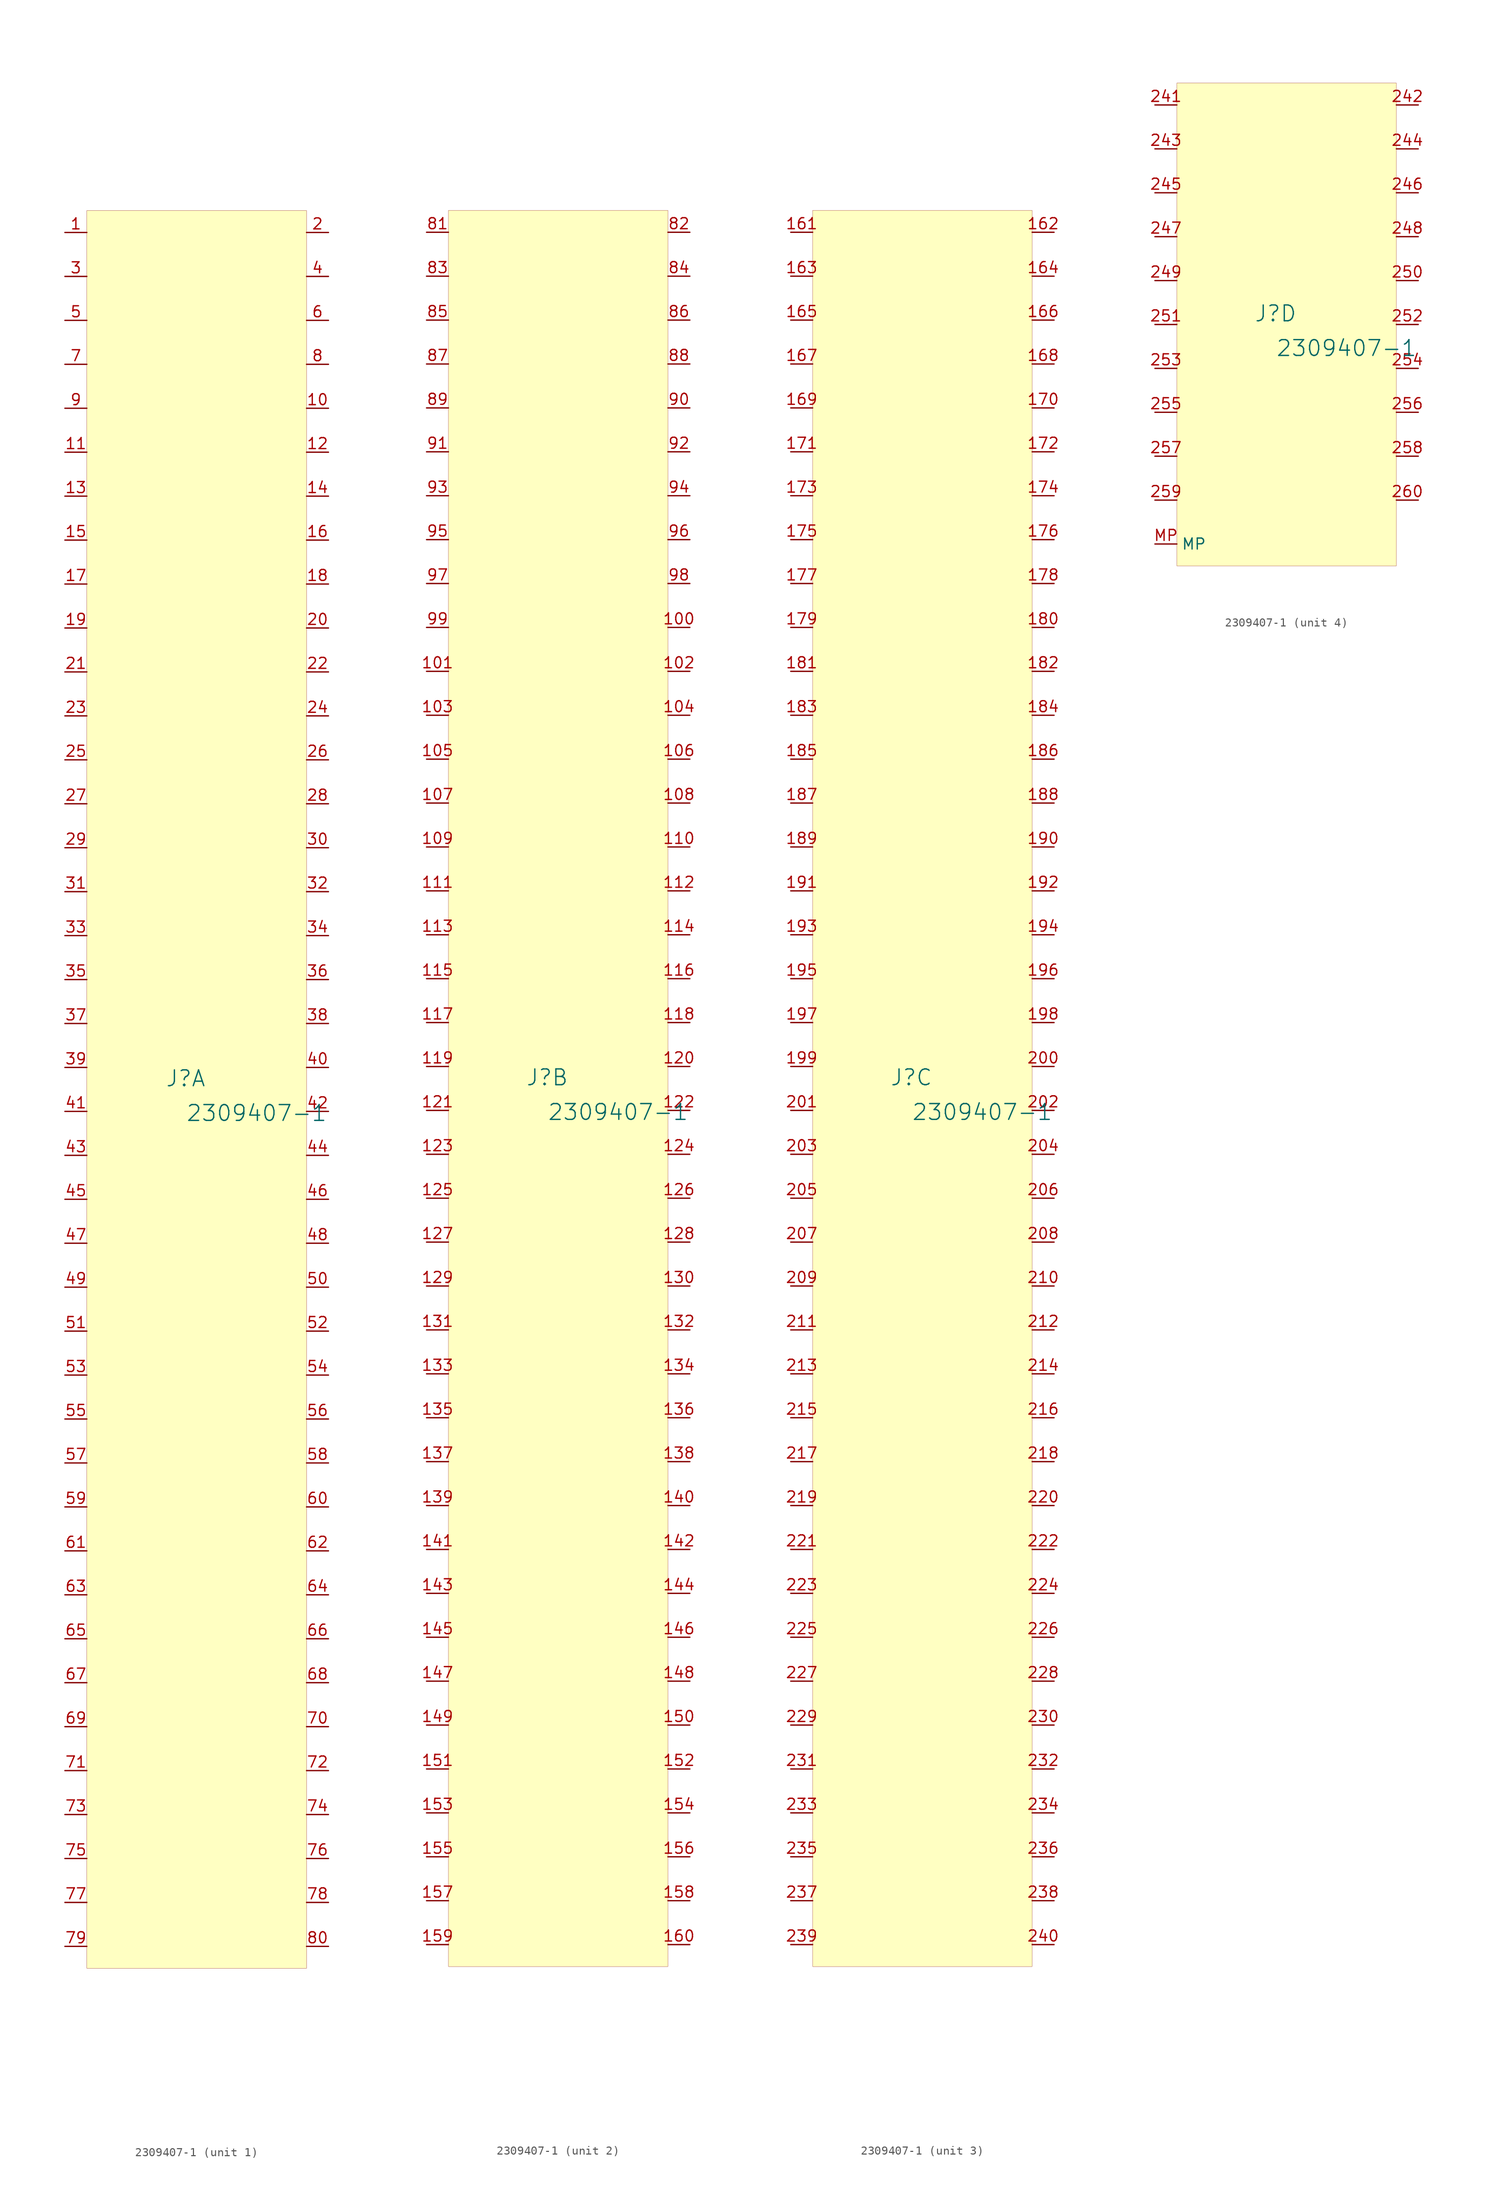
<source format=kicad_sym>
(kicad_symbol_lib
  (version 20231120)
  (generator "kicad_symbol_editor")
  (generator_version "8.0")
  (symbol "2309407-1"
    (property "Reference" "J"
      (at -1.27 1.27 0)
      (effects (font (size 1.829 1.829))))
    (property "Value" "2309407-1"
      (at -1.27 -3.81 0)
      (effects (font (size 1.829 1.829)) (justify left bottom)))
    (symbol "2309407-1_1_0"
      (rectangle (start 12.7 101.6) (end -12.7 -101.6) (stroke (width 0.025) (type solid) (color 128 0 0 1)) (fill (type background)))
      (pin passive line (at -15.24 99.06 0) (length 2.54) (name "" (effects (font (size 1.27 1.27)))) (number "1" (effects (font (size 1.27 1.27)))))
      (pin passive line (at 15.24 78.74 180) (length 2.54) (name "" (effects (font (size 1.27 1.27)))) (number "10" (effects (font (size 1.27 1.27)))))
      (pin passive line (at -15.24 73.66 0) (length 2.54) (name "" (effects (font (size 1.27 1.27)))) (number "11" (effects (font (size 1.27 1.27)))))
      (pin passive line (at 15.24 73.66 180) (length 2.54) (name "" (effects (font (size 1.27 1.27)))) (number "12" (effects (font (size 1.27 1.27)))))
      (pin passive line (at -15.24 68.58 0) (length 2.54) (name "" (effects (font (size 1.27 1.27)))) (number "13" (effects (font (size 1.27 1.27)))))
      (pin passive line (at 15.24 68.58 180) (length 2.54) (name "" (effects (font (size 1.27 1.27)))) (number "14" (effects (font (size 1.27 1.27)))))
      (pin passive line (at -15.24 63.5 0) (length 2.54) (name "" (effects (font (size 1.27 1.27)))) (number "15" (effects (font (size 1.27 1.27)))))
      (pin passive line (at 15.24 63.5 180) (length 2.54) (name "" (effects (font (size 1.27 1.27)))) (number "16" (effects (font (size 1.27 1.27)))))
      (pin passive line (at -15.24 58.42 0) (length 2.54) (name "" (effects (font (size 1.27 1.27)))) (number "17" (effects (font (size 1.27 1.27)))))
      (pin passive line (at 15.24 58.42 180) (length 2.54) (name "" (effects (font (size 1.27 1.27)))) (number "18" (effects (font (size 1.27 1.27)))))
      (pin passive line (at -15.24 53.34 0) (length 2.54) (name "" (effects (font (size 1.27 1.27)))) (number "19" (effects (font (size 1.27 1.27)))))
      (pin passive line (at 15.24 99.06 180) (length 2.54) (name "" (effects (font (size 1.27 1.27)))) (number "2" (effects (font (size 1.27 1.27)))))
      (pin passive line (at 15.24 53.34 180) (length 2.54) (name "" (effects (font (size 1.27 1.27)))) (number "20" (effects (font (size 1.27 1.27)))))
      (pin passive line (at -15.24 48.26 0) (length 2.54) (name "" (effects (font (size 1.27 1.27)))) (number "21" (effects (font (size 1.27 1.27)))))
      (pin passive line (at 15.24 48.26 180) (length 2.54) (name "" (effects (font (size 1.27 1.27)))) (number "22" (effects (font (size 1.27 1.27)))))
      (pin passive line (at -15.24 43.18 0) (length 2.54) (name "" (effects (font (size 1.27 1.27)))) (number "23" (effects (font (size 1.27 1.27)))))
      (pin passive line (at 15.24 43.18 180) (length 2.54) (name "" (effects (font (size 1.27 1.27)))) (number "24" (effects (font (size 1.27 1.27)))))
      (pin passive line (at -15.24 38.1 0) (length 2.54) (name "" (effects (font (size 1.27 1.27)))) (number "25" (effects (font (size 1.27 1.27)))))
      (pin passive line (at 15.24 38.1 180) (length 2.54) (name "" (effects (font (size 1.27 1.27)))) (number "26" (effects (font (size 1.27 1.27)))))
      (pin passive line (at -15.24 33.02 0) (length 2.54) (name "" (effects (font (size 1.27 1.27)))) (number "27" (effects (font (size 1.27 1.27)))))
      (pin passive line (at 15.24 33.02 180) (length 2.54) (name "" (effects (font (size 1.27 1.27)))) (number "28" (effects (font (size 1.27 1.27)))))
      (pin passive line (at -15.24 27.94 0) (length 2.54) (name "" (effects (font (size 1.27 1.27)))) (number "29" (effects (font (size 1.27 1.27)))))
      (pin passive line (at -15.24 93.98 0) (length 2.54) (name "" (effects (font (size 1.27 1.27)))) (number "3" (effects (font (size 1.27 1.27)))))
      (pin passive line (at 15.24 27.94 180) (length 2.54) (name "" (effects (font (size 1.27 1.27)))) (number "30" (effects (font (size 1.27 1.27)))))
      (pin passive line (at -15.24 22.86 0) (length 2.54) (name "" (effects (font (size 1.27 1.27)))) (number "31" (effects (font (size 1.27 1.27)))))
      (pin passive line (at 15.24 22.86 180) (length 2.54) (name "" (effects (font (size 1.27 1.27)))) (number "32" (effects (font (size 1.27 1.27)))))
      (pin passive line (at -15.24 17.78 0) (length 2.54) (name "" (effects (font (size 1.27 1.27)))) (number "33" (effects (font (size 1.27 1.27)))))
      (pin passive line (at 15.24 17.78 180) (length 2.54) (name "" (effects (font (size 1.27 1.27)))) (number "34" (effects (font (size 1.27 1.27)))))
      (pin passive line (at -15.24 12.7 0) (length 2.54) (name "" (effects (font (size 1.27 1.27)))) (number "35" (effects (font (size 1.27 1.27)))))
      (pin passive line (at 15.24 12.7 180) (length 2.54) (name "" (effects (font (size 1.27 1.27)))) (number "36" (effects (font (size 1.27 1.27)))))
      (pin passive line (at -15.24 7.62 0) (length 2.54) (name "" (effects (font (size 1.27 1.27)))) (number "37" (effects (font (size 1.27 1.27)))))
      (pin passive line (at 15.24 7.62 180) (length 2.54) (name "" (effects (font (size 1.27 1.27)))) (number "38" (effects (font (size 1.27 1.27)))))
      (pin passive line (at -15.24 2.54 0) (length 2.54) (name "" (effects (font (size 1.27 1.27)))) (number "39" (effects (font (size 1.27 1.27)))))
      (pin passive line (at 15.24 93.98 180) (length 2.54) (name "" (effects (font (size 1.27 1.27)))) (number "4" (effects (font (size 1.27 1.27)))))
      (pin passive line (at 15.24 2.54 180) (length 2.54) (name "" (effects (font (size 1.27 1.27)))) (number "40" (effects (font (size 1.27 1.27)))))
      (pin passive line (at -15.24 -2.54 0) (length 2.54) (name "" (effects (font (size 1.27 1.27)))) (number "41" (effects (font (size 1.27 1.27)))))
      (pin passive line (at 15.24 -2.54 180) (length 2.54) (name "" (effects (font (size 1.27 1.27)))) (number "42" (effects (font (size 1.27 1.27)))))
      (pin passive line (at -15.24 -7.62 0) (length 2.54) (name "" (effects (font (size 1.27 1.27)))) (number "43" (effects (font (size 1.27 1.27)))))
      (pin passive line (at 15.24 -7.62 180) (length 2.54) (name "" (effects (font (size 1.27 1.27)))) (number "44" (effects (font (size 1.27 1.27)))))
      (pin passive line (at -15.24 -12.7 0) (length 2.54) (name "" (effects (font (size 1.27 1.27)))) (number "45" (effects (font (size 1.27 1.27)))))
      (pin passive line (at 15.24 -12.7 180) (length 2.54) (name "" (effects (font (size 1.27 1.27)))) (number "46" (effects (font (size 1.27 1.27)))))
      (pin passive line (at -15.24 -17.78 0) (length 2.54) (name "" (effects (font (size 1.27 1.27)))) (number "47" (effects (font (size 1.27 1.27)))))
      (pin passive line (at 15.24 -17.78 180) (length 2.54) (name "" (effects (font (size 1.27 1.27)))) (number "48" (effects (font (size 1.27 1.27)))))
      (pin passive line (at -15.24 -22.86 0) (length 2.54) (name "" (effects (font (size 1.27 1.27)))) (number "49" (effects (font (size 1.27 1.27)))))
      (pin passive line (at -15.24 88.9 0) (length 2.54) (name "" (effects (font (size 1.27 1.27)))) (number "5" (effects (font (size 1.27 1.27)))))
      (pin passive line (at 15.24 -22.86 180) (length 2.54) (name "" (effects (font (size 1.27 1.27)))) (number "50" (effects (font (size 1.27 1.27)))))
      (pin passive line (at -15.24 -27.94 0) (length 2.54) (name "" (effects (font (size 1.27 1.27)))) (number "51" (effects (font (size 1.27 1.27)))))
      (pin passive line (at 15.24 -27.94 180) (length 2.54) (name "" (effects (font (size 1.27 1.27)))) (number "52" (effects (font (size 1.27 1.27)))))
      (pin passive line (at -15.24 -33.02 0) (length 2.54) (name "" (effects (font (size 1.27 1.27)))) (number "53" (effects (font (size 1.27 1.27)))))
      (pin passive line (at 15.24 -33.02 180) (length 2.54) (name "" (effects (font (size 1.27 1.27)))) (number "54" (effects (font (size 1.27 1.27)))))
      (pin passive line (at -15.24 -38.1 0) (length 2.54) (name "" (effects (font (size 1.27 1.27)))) (number "55" (effects (font (size 1.27 1.27)))))
      (pin passive line (at 15.24 -38.1 180) (length 2.54) (name "" (effects (font (size 1.27 1.27)))) (number "56" (effects (font (size 1.27 1.27)))))
      (pin passive line (at -15.24 -43.18 0) (length 2.54) (name "" (effects (font (size 1.27 1.27)))) (number "57" (effects (font (size 1.27 1.27)))))
      (pin passive line (at 15.24 -43.18 180) (length 2.54) (name "" (effects (font (size 1.27 1.27)))) (number "58" (effects (font (size 1.27 1.27)))))
      (pin passive line (at -15.24 -48.26 0) (length 2.54) (name "" (effects (font (size 1.27 1.27)))) (number "59" (effects (font (size 1.27 1.27)))))
      (pin passive line (at 15.24 88.9 180) (length 2.54) (name "" (effects (font (size 1.27 1.27)))) (number "6" (effects (font (size 1.27 1.27)))))
      (pin passive line (at 15.24 -48.26 180) (length 2.54) (name "" (effects (font (size 1.27 1.27)))) (number "60" (effects (font (size 1.27 1.27)))))
      (pin passive line (at -15.24 -53.34 0) (length 2.54) (name "" (effects (font (size 1.27 1.27)))) (number "61" (effects (font (size 1.27 1.27)))))
      (pin passive line (at 15.24 -53.34 180) (length 2.54) (name "" (effects (font (size 1.27 1.27)))) (number "62" (effects (font (size 1.27 1.27)))))
      (pin passive line (at -15.24 -58.42 0) (length 2.54) (name "" (effects (font (size 1.27 1.27)))) (number "63" (effects (font (size 1.27 1.27)))))
      (pin passive line (at 15.24 -58.42 180) (length 2.54) (name "" (effects (font (size 1.27 1.27)))) (number "64" (effects (font (size 1.27 1.27)))))
      (pin passive line (at -15.24 -63.5 0) (length 2.54) (name "" (effects (font (size 1.27 1.27)))) (number "65" (effects (font (size 1.27 1.27)))))
      (pin passive line (at 15.24 -63.5 180) (length 2.54) (name "" (effects (font (size 1.27 1.27)))) (number "66" (effects (font (size 1.27 1.27)))))
      (pin passive line (at -15.24 -68.58 0) (length 2.54) (name "" (effects (font (size 1.27 1.27)))) (number "67" (effects (font (size 1.27 1.27)))))
      (pin passive line (at 15.24 -68.58 180) (length 2.54) (name "" (effects (font (size 1.27 1.27)))) (number "68" (effects (font (size 1.27 1.27)))))
      (pin passive line (at -15.24 -73.66 0) (length 2.54) (name "" (effects (font (size 1.27 1.27)))) (number "69" (effects (font (size 1.27 1.27)))))
      (pin passive line (at -15.24 83.82 0) (length 2.54) (name "" (effects (font (size 1.27 1.27)))) (number "7" (effects (font (size 1.27 1.27)))))
      (pin passive line (at 15.24 -73.66 180) (length 2.54) (name "" (effects (font (size 1.27 1.27)))) (number "70" (effects (font (size 1.27 1.27)))))
      (pin passive line (at -15.24 -78.74 0) (length 2.54) (name "" (effects (font (size 1.27 1.27)))) (number "71" (effects (font (size 1.27 1.27)))))
      (pin passive line (at 15.24 -78.74 180) (length 2.54) (name "" (effects (font (size 1.27 1.27)))) (number "72" (effects (font (size 1.27 1.27)))))
      (pin passive line (at -15.24 -83.82 0) (length 2.54) (name "" (effects (font (size 1.27 1.27)))) (number "73" (effects (font (size 1.27 1.27)))))
      (pin passive line (at 15.24 -83.82 180) (length 2.54) (name "" (effects (font (size 1.27 1.27)))) (number "74" (effects (font (size 1.27 1.27)))))
      (pin passive line (at -15.24 -88.9 0) (length 2.54) (name "" (effects (font (size 1.27 1.27)))) (number "75" (effects (font (size 1.27 1.27)))))
      (pin passive line (at 15.24 -88.9 180) (length 2.54) (name "" (effects (font (size 1.27 1.27)))) (number "76" (effects (font (size 1.27 1.27)))))
      (pin passive line (at -15.24 -93.98 0) (length 2.54) (name "" (effects (font (size 1.27 1.27)))) (number "77" (effects (font (size 1.27 1.27)))))
      (pin passive line (at 15.24 -93.98 180) (length 2.54) (name "" (effects (font (size 1.27 1.27)))) (number "78" (effects (font (size 1.27 1.27)))))
      (pin passive line (at -15.24 -99.06 0) (length 2.54) (name "" (effects (font (size 1.27 1.27)))) (number "79" (effects (font (size 1.27 1.27)))))
      (pin passive line (at 15.24 83.82 180) (length 2.54) (name "" (effects (font (size 1.27 1.27)))) (number "8" (effects (font (size 1.27 1.27)))))
      (pin passive line (at 15.24 -99.06 180) (length 2.54) (name "" (effects (font (size 1.27 1.27)))) (number "80" (effects (font (size 1.27 1.27)))))
      (pin passive line (at -15.24 78.74 0) (length 2.54) (name "" (effects (font (size 1.27 1.27)))) (number "9" (effects (font (size 1.27 1.27))))))
    (symbol "2309407-1_2_0"
      (rectangle (start 12.7 101.6) (end -12.7 -101.6) (stroke (width 0.025) (type solid) (color 128 0 0 1)) (fill (type background)))
      (pin passive line (at 15.24 53.34 180) (length 2.54) (name "" (effects (font (size 1.27 1.27)))) (number "100" (effects (font (size 1.27 1.27)))))
      (pin passive line (at -15.24 48.26 0) (length 2.54) (name "" (effects (font (size 1.27 1.27)))) (number "101" (effects (font (size 1.27 1.27)))))
      (pin passive line (at 15.24 48.26 180) (length 2.54) (name "" (effects (font (size 1.27 1.27)))) (number "102" (effects (font (size 1.27 1.27)))))
      (pin passive line (at -15.24 43.18 0) (length 2.54) (name "" (effects (font (size 1.27 1.27)))) (number "103" (effects (font (size 1.27 1.27)))))
      (pin passive line (at 15.24 43.18 180) (length 2.54) (name "" (effects (font (size 1.27 1.27)))) (number "104" (effects (font (size 1.27 1.27)))))
      (pin passive line (at -15.24 38.1 0) (length 2.54) (name "" (effects (font (size 1.27 1.27)))) (number "105" (effects (font (size 1.27 1.27)))))
      (pin passive line (at 15.24 38.1 180) (length 2.54) (name "" (effects (font (size 1.27 1.27)))) (number "106" (effects (font (size 1.27 1.27)))))
      (pin passive line (at -15.24 33.02 0) (length 2.54) (name "" (effects (font (size 1.27 1.27)))) (number "107" (effects (font (size 1.27 1.27)))))
      (pin passive line (at 15.24 33.02 180) (length 2.54) (name "" (effects (font (size 1.27 1.27)))) (number "108" (effects (font (size 1.27 1.27)))))
      (pin passive line (at -15.24 27.94 0) (length 2.54) (name "" (effects (font (size 1.27 1.27)))) (number "109" (effects (font (size 1.27 1.27)))))
      (pin passive line (at 15.24 27.94 180) (length 2.54) (name "" (effects (font (size 1.27 1.27)))) (number "110" (effects (font (size 1.27 1.27)))))
      (pin passive line (at -15.24 22.86 0) (length 2.54) (name "" (effects (font (size 1.27 1.27)))) (number "111" (effects (font (size 1.27 1.27)))))
      (pin passive line (at 15.24 22.86 180) (length 2.54) (name "" (effects (font (size 1.27 1.27)))) (number "112" (effects (font (size 1.27 1.27)))))
      (pin passive line (at -15.24 17.78 0) (length 2.54) (name "" (effects (font (size 1.27 1.27)))) (number "113" (effects (font (size 1.27 1.27)))))
      (pin passive line (at 15.24 17.78 180) (length 2.54) (name "" (effects (font (size 1.27 1.27)))) (number "114" (effects (font (size 1.27 1.27)))))
      (pin passive line (at -15.24 12.7 0) (length 2.54) (name "" (effects (font (size 1.27 1.27)))) (number "115" (effects (font (size 1.27 1.27)))))
      (pin passive line (at 15.24 12.7 180) (length 2.54) (name "" (effects (font (size 1.27 1.27)))) (number "116" (effects (font (size 1.27 1.27)))))
      (pin passive line (at -15.24 7.62 0) (length 2.54) (name "" (effects (font (size 1.27 1.27)))) (number "117" (effects (font (size 1.27 1.27)))))
      (pin passive line (at 15.24 7.62 180) (length 2.54) (name "" (effects (font (size 1.27 1.27)))) (number "118" (effects (font (size 1.27 1.27)))))
      (pin passive line (at -15.24 2.54 0) (length 2.54) (name "" (effects (font (size 1.27 1.27)))) (number "119" (effects (font (size 1.27 1.27)))))
      (pin passive line (at 15.24 2.54 180) (length 2.54) (name "" (effects (font (size 1.27 1.27)))) (number "120" (effects (font (size 1.27 1.27)))))
      (pin passive line (at -15.24 -2.54 0) (length 2.54) (name "" (effects (font (size 1.27 1.27)))) (number "121" (effects (font (size 1.27 1.27)))))
      (pin passive line (at 15.24 -2.54 180) (length 2.54) (name "" (effects (font (size 1.27 1.27)))) (number "122" (effects (font (size 1.27 1.27)))))
      (pin passive line (at -15.24 -7.62 0) (length 2.54) (name "" (effects (font (size 1.27 1.27)))) (number "123" (effects (font (size 1.27 1.27)))))
      (pin passive line (at 15.24 -7.62 180) (length 2.54) (name "" (effects (font (size 1.27 1.27)))) (number "124" (effects (font (size 1.27 1.27)))))
      (pin passive line (at -15.24 -12.7 0) (length 2.54) (name "" (effects (font (size 1.27 1.27)))) (number "125" (effects (font (size 1.27 1.27)))))
      (pin passive line (at 15.24 -12.7 180) (length 2.54) (name "" (effects (font (size 1.27 1.27)))) (number "126" (effects (font (size 1.27 1.27)))))
      (pin passive line (at -15.24 -17.78 0) (length 2.54) (name "" (effects (font (size 1.27 1.27)))) (number "127" (effects (font (size 1.27 1.27)))))
      (pin passive line (at 15.24 -17.78 180) (length 2.54) (name "" (effects (font (size 1.27 1.27)))) (number "128" (effects (font (size 1.27 1.27)))))
      (pin passive line (at -15.24 -22.86 0) (length 2.54) (name "" (effects (font (size 1.27 1.27)))) (number "129" (effects (font (size 1.27 1.27)))))
      (pin passive line (at 15.24 -22.86 180) (length 2.54) (name "" (effects (font (size 1.27 1.27)))) (number "130" (effects (font (size 1.27 1.27)))))
      (pin passive line (at -15.24 -27.94 0) (length 2.54) (name "" (effects (font (size 1.27 1.27)))) (number "131" (effects (font (size 1.27 1.27)))))
      (pin passive line (at 15.24 -27.94 180) (length 2.54) (name "" (effects (font (size 1.27 1.27)))) (number "132" (effects (font (size 1.27 1.27)))))
      (pin passive line (at -15.24 -33.02 0) (length 2.54) (name "" (effects (font (size 1.27 1.27)))) (number "133" (effects (font (size 1.27 1.27)))))
      (pin passive line (at 15.24 -33.02 180) (length 2.54) (name "" (effects (font (size 1.27 1.27)))) (number "134" (effects (font (size 1.27 1.27)))))
      (pin passive line (at -15.24 -38.1 0) (length 2.54) (name "" (effects (font (size 1.27 1.27)))) (number "135" (effects (font (size 1.27 1.27)))))
      (pin passive line (at 15.24 -38.1 180) (length 2.54) (name "" (effects (font (size 1.27 1.27)))) (number "136" (effects (font (size 1.27 1.27)))))
      (pin passive line (at -15.24 -43.18 0) (length 2.54) (name "" (effects (font (size 1.27 1.27)))) (number "137" (effects (font (size 1.27 1.27)))))
      (pin passive line (at 15.24 -43.18 180) (length 2.54) (name "" (effects (font (size 1.27 1.27)))) (number "138" (effects (font (size 1.27 1.27)))))
      (pin passive line (at -15.24 -48.26 0) (length 2.54) (name "" (effects (font (size 1.27 1.27)))) (number "139" (effects (font (size 1.27 1.27)))))
      (pin passive line (at 15.24 -48.26 180) (length 2.54) (name "" (effects (font (size 1.27 1.27)))) (number "140" (effects (font (size 1.27 1.27)))))
      (pin passive line (at -15.24 -53.34 0) (length 2.54) (name "" (effects (font (size 1.27 1.27)))) (number "141" (effects (font (size 1.27 1.27)))))
      (pin passive line (at 15.24 -53.34 180) (length 2.54) (name "" (effects (font (size 1.27 1.27)))) (number "142" (effects (font (size 1.27 1.27)))))
      (pin passive line (at -15.24 -58.42 0) (length 2.54) (name "" (effects (font (size 1.27 1.27)))) (number "143" (effects (font (size 1.27 1.27)))))
      (pin passive line (at 15.24 -58.42 180) (length 2.54) (name "" (effects (font (size 1.27 1.27)))) (number "144" (effects (font (size 1.27 1.27)))))
      (pin passive line (at -15.24 -63.5 0) (length 2.54) (name "" (effects (font (size 1.27 1.27)))) (number "145" (effects (font (size 1.27 1.27)))))
      (pin passive line (at 15.24 -63.5 180) (length 2.54) (name "" (effects (font (size 1.27 1.27)))) (number "146" (effects (font (size 1.27 1.27)))))
      (pin passive line (at -15.24 -68.58 0) (length 2.54) (name "" (effects (font (size 1.27 1.27)))) (number "147" (effects (font (size 1.27 1.27)))))
      (pin passive line (at 15.24 -68.58 180) (length 2.54) (name "" (effects (font (size 1.27 1.27)))) (number "148" (effects (font (size 1.27 1.27)))))
      (pin passive line (at -15.24 -73.66 0) (length 2.54) (name "" (effects (font (size 1.27 1.27)))) (number "149" (effects (font (size 1.27 1.27)))))
      (pin passive line (at 15.24 -73.66 180) (length 2.54) (name "" (effects (font (size 1.27 1.27)))) (number "150" (effects (font (size 1.27 1.27)))))
      (pin passive line (at -15.24 -78.74 0) (length 2.54) (name "" (effects (font (size 1.27 1.27)))) (number "151" (effects (font (size 1.27 1.27)))))
      (pin passive line (at 15.24 -78.74 180) (length 2.54) (name "" (effects (font (size 1.27 1.27)))) (number "152" (effects (font (size 1.27 1.27)))))
      (pin passive line (at -15.24 -83.82 0) (length 2.54) (name "" (effects (font (size 1.27 1.27)))) (number "153" (effects (font (size 1.27 1.27)))))
      (pin passive line (at 15.24 -83.82 180) (length 2.54) (name "" (effects (font (size 1.27 1.27)))) (number "154" (effects (font (size 1.27 1.27)))))
      (pin passive line (at -15.24 -88.9 0) (length 2.54) (name "" (effects (font (size 1.27 1.27)))) (number "155" (effects (font (size 1.27 1.27)))))
      (pin passive line (at 15.24 -88.9 180) (length 2.54) (name "" (effects (font (size 1.27 1.27)))) (number "156" (effects (font (size 1.27 1.27)))))
      (pin passive line (at -15.24 -93.98 0) (length 2.54) (name "" (effects (font (size 1.27 1.27)))) (number "157" (effects (font (size 1.27 1.27)))))
      (pin passive line (at 15.24 -93.98 180) (length 2.54) (name "" (effects (font (size 1.27 1.27)))) (number "158" (effects (font (size 1.27 1.27)))))
      (pin passive line (at -15.24 -99.06 0) (length 2.54) (name "" (effects (font (size 1.27 1.27)))) (number "159" (effects (font (size 1.27 1.27)))))
      (pin passive line (at 15.24 -99.06 180) (length 2.54) (name "" (effects (font (size 1.27 1.27)))) (number "160" (effects (font (size 1.27 1.27)))))
      (pin passive line (at -15.24 99.06 0) (length 2.54) (name "" (effects (font (size 1.27 1.27)))) (number "81" (effects (font (size 1.27 1.27)))))
      (pin passive line (at 15.24 99.06 180) (length 2.54) (name "" (effects (font (size 1.27 1.27)))) (number "82" (effects (font (size 1.27 1.27)))))
      (pin passive line (at -15.24 93.98 0) (length 2.54) (name "" (effects (font (size 1.27 1.27)))) (number "83" (effects (font (size 1.27 1.27)))))
      (pin passive line (at 15.24 93.98 180) (length 2.54) (name "" (effects (font (size 1.27 1.27)))) (number "84" (effects (font (size 1.27 1.27)))))
      (pin passive line (at -15.24 88.9 0) (length 2.54) (name "" (effects (font (size 1.27 1.27)))) (number "85" (effects (font (size 1.27 1.27)))))
      (pin passive line (at 15.24 88.9 180) (length 2.54) (name "" (effects (font (size 1.27 1.27)))) (number "86" (effects (font (size 1.27 1.27)))))
      (pin passive line (at -15.24 83.82 0) (length 2.54) (name "" (effects (font (size 1.27 1.27)))) (number "87" (effects (font (size 1.27 1.27)))))
      (pin passive line (at 15.24 83.82 180) (length 2.54) (name "" (effects (font (size 1.27 1.27)))) (number "88" (effects (font (size 1.27 1.27)))))
      (pin passive line (at -15.24 78.74 0) (length 2.54) (name "" (effects (font (size 1.27 1.27)))) (number "89" (effects (font (size 1.27 1.27)))))
      (pin passive line (at 15.24 78.74 180) (length 2.54) (name "" (effects (font (size 1.27 1.27)))) (number "90" (effects (font (size 1.27 1.27)))))
      (pin passive line (at -15.24 73.66 0) (length 2.54) (name "" (effects (font (size 1.27 1.27)))) (number "91" (effects (font (size 1.27 1.27)))))
      (pin passive line (at 15.24 73.66 180) (length 2.54) (name "" (effects (font (size 1.27 1.27)))) (number "92" (effects (font (size 1.27 1.27)))))
      (pin passive line (at -15.24 68.58 0) (length 2.54) (name "" (effects (font (size 1.27 1.27)))) (number "93" (effects (font (size 1.27 1.27)))))
      (pin passive line (at 15.24 68.58 180) (length 2.54) (name "" (effects (font (size 1.27 1.27)))) (number "94" (effects (font (size 1.27 1.27)))))
      (pin passive line (at -15.24 63.5 0) (length 2.54) (name "" (effects (font (size 1.27 1.27)))) (number "95" (effects (font (size 1.27 1.27)))))
      (pin passive line (at 15.24 63.5 180) (length 2.54) (name "" (effects (font (size 1.27 1.27)))) (number "96" (effects (font (size 1.27 1.27)))))
      (pin passive line (at -15.24 58.42 0) (length 2.54) (name "" (effects (font (size 1.27 1.27)))) (number "97" (effects (font (size 1.27 1.27)))))
      (pin passive line (at 15.24 58.42 180) (length 2.54) (name "" (effects (font (size 1.27 1.27)))) (number "98" (effects (font (size 1.27 1.27)))))
      (pin passive line (at -15.24 53.34 0) (length 2.54) (name "" (effects (font (size 1.27 1.27)))) (number "99" (effects (font (size 1.27 1.27))))))
    (symbol "2309407-1_3_0"
      (rectangle (start 12.7 101.6) (end -12.7 -101.6) (stroke (width 0.025) (type solid) (color 128 0 0 1)) (fill (type background)))
      (pin passive line (at -15.24 99.06 0) (length 2.54) (name "" (effects (font (size 1.27 1.27)))) (number "161" (effects (font (size 1.27 1.27)))))
      (pin passive line (at 15.24 99.06 180) (length 2.54) (name "" (effects (font (size 1.27 1.27)))) (number "162" (effects (font (size 1.27 1.27)))))
      (pin passive line (at -15.24 93.98 0) (length 2.54) (name "" (effects (font (size 1.27 1.27)))) (number "163" (effects (font (size 1.27 1.27)))))
      (pin passive line (at 15.24 93.98 180) (length 2.54) (name "" (effects (font (size 1.27 1.27)))) (number "164" (effects (font (size 1.27 1.27)))))
      (pin passive line (at -15.24 88.9 0) (length 2.54) (name "" (effects (font (size 1.27 1.27)))) (number "165" (effects (font (size 1.27 1.27)))))
      (pin passive line (at 15.24 88.9 180) (length 2.54) (name "" (effects (font (size 1.27 1.27)))) (number "166" (effects (font (size 1.27 1.27)))))
      (pin passive line (at -15.24 83.82 0) (length 2.54) (name "" (effects (font (size 1.27 1.27)))) (number "167" (effects (font (size 1.27 1.27)))))
      (pin passive line (at 15.24 83.82 180) (length 2.54) (name "" (effects (font (size 1.27 1.27)))) (number "168" (effects (font (size 1.27 1.27)))))
      (pin passive line (at -15.24 78.74 0) (length 2.54) (name "" (effects (font (size 1.27 1.27)))) (number "169" (effects (font (size 1.27 1.27)))))
      (pin passive line (at 15.24 78.74 180) (length 2.54) (name "" (effects (font (size 1.27 1.27)))) (number "170" (effects (font (size 1.27 1.27)))))
      (pin passive line (at -15.24 73.66 0) (length 2.54) (name "" (effects (font (size 1.27 1.27)))) (number "171" (effects (font (size 1.27 1.27)))))
      (pin passive line (at 15.24 73.66 180) (length 2.54) (name "" (effects (font (size 1.27 1.27)))) (number "172" (effects (font (size 1.27 1.27)))))
      (pin passive line (at -15.24 68.58 0) (length 2.54) (name "" (effects (font (size 1.27 1.27)))) (number "173" (effects (font (size 1.27 1.27)))))
      (pin passive line (at 15.24 68.58 180) (length 2.54) (name "" (effects (font (size 1.27 1.27)))) (number "174" (effects (font (size 1.27 1.27)))))
      (pin passive line (at -15.24 63.5 0) (length 2.54) (name "" (effects (font (size 1.27 1.27)))) (number "175" (effects (font (size 1.27 1.27)))))
      (pin passive line (at 15.24 63.5 180) (length 2.54) (name "" (effects (font (size 1.27 1.27)))) (number "176" (effects (font (size 1.27 1.27)))))
      (pin passive line (at -15.24 58.42 0) (length 2.54) (name "" (effects (font (size 1.27 1.27)))) (number "177" (effects (font (size 1.27 1.27)))))
      (pin passive line (at 15.24 58.42 180) (length 2.54) (name "" (effects (font (size 1.27 1.27)))) (number "178" (effects (font (size 1.27 1.27)))))
      (pin passive line (at -15.24 53.34 0) (length 2.54) (name "" (effects (font (size 1.27 1.27)))) (number "179" (effects (font (size 1.27 1.27)))))
      (pin passive line (at 15.24 53.34 180) (length 2.54) (name "" (effects (font (size 1.27 1.27)))) (number "180" (effects (font (size 1.27 1.27)))))
      (pin passive line (at -15.24 48.26 0) (length 2.54) (name "" (effects (font (size 1.27 1.27)))) (number "181" (effects (font (size 1.27 1.27)))))
      (pin passive line (at 15.24 48.26 180) (length 2.54) (name "" (effects (font (size 1.27 1.27)))) (number "182" (effects (font (size 1.27 1.27)))))
      (pin passive line (at -15.24 43.18 0) (length 2.54) (name "" (effects (font (size 1.27 1.27)))) (number "183" (effects (font (size 1.27 1.27)))))
      (pin passive line (at 15.24 43.18 180) (length 2.54) (name "" (effects (font (size 1.27 1.27)))) (number "184" (effects (font (size 1.27 1.27)))))
      (pin passive line (at -15.24 38.1 0) (length 2.54) (name "" (effects (font (size 1.27 1.27)))) (number "185" (effects (font (size 1.27 1.27)))))
      (pin passive line (at 15.24 38.1 180) (length 2.54) (name "" (effects (font (size 1.27 1.27)))) (number "186" (effects (font (size 1.27 1.27)))))
      (pin passive line (at -15.24 33.02 0) (length 2.54) (name "" (effects (font (size 1.27 1.27)))) (number "187" (effects (font (size 1.27 1.27)))))
      (pin passive line (at 15.24 33.02 180) (length 2.54) (name "" (effects (font (size 1.27 1.27)))) (number "188" (effects (font (size 1.27 1.27)))))
      (pin passive line (at -15.24 27.94 0) (length 2.54) (name "" (effects (font (size 1.27 1.27)))) (number "189" (effects (font (size 1.27 1.27)))))
      (pin passive line (at 15.24 27.94 180) (length 2.54) (name "" (effects (font (size 1.27 1.27)))) (number "190" (effects (font (size 1.27 1.27)))))
      (pin passive line (at -15.24 22.86 0) (length 2.54) (name "" (effects (font (size 1.27 1.27)))) (number "191" (effects (font (size 1.27 1.27)))))
      (pin passive line (at 15.24 22.86 180) (length 2.54) (name "" (effects (font (size 1.27 1.27)))) (number "192" (effects (font (size 1.27 1.27)))))
      (pin passive line (at -15.24 17.78 0) (length 2.54) (name "" (effects (font (size 1.27 1.27)))) (number "193" (effects (font (size 1.27 1.27)))))
      (pin passive line (at 15.24 17.78 180) (length 2.54) (name "" (effects (font (size 1.27 1.27)))) (number "194" (effects (font (size 1.27 1.27)))))
      (pin passive line (at -15.24 12.7 0) (length 2.54) (name "" (effects (font (size 1.27 1.27)))) (number "195" (effects (font (size 1.27 1.27)))))
      (pin passive line (at 15.24 12.7 180) (length 2.54) (name "" (effects (font (size 1.27 1.27)))) (number "196" (effects (font (size 1.27 1.27)))))
      (pin passive line (at -15.24 7.62 0) (length 2.54) (name "" (effects (font (size 1.27 1.27)))) (number "197" (effects (font (size 1.27 1.27)))))
      (pin passive line (at 15.24 7.62 180) (length 2.54) (name "" (effects (font (size 1.27 1.27)))) (number "198" (effects (font (size 1.27 1.27)))))
      (pin passive line (at -15.24 2.54 0) (length 2.54) (name "" (effects (font (size 1.27 1.27)))) (number "199" (effects (font (size 1.27 1.27)))))
      (pin passive line (at 15.24 2.54 180) (length 2.54) (name "" (effects (font (size 1.27 1.27)))) (number "200" (effects (font (size 1.27 1.27)))))
      (pin passive line (at -15.24 -2.54 0) (length 2.54) (name "" (effects (font (size 1.27 1.27)))) (number "201" (effects (font (size 1.27 1.27)))))
      (pin passive line (at 15.24 -2.54 180) (length 2.54) (name "" (effects (font (size 1.27 1.27)))) (number "202" (effects (font (size 1.27 1.27)))))
      (pin passive line (at -15.24 -7.62 0) (length 2.54) (name "" (effects (font (size 1.27 1.27)))) (number "203" (effects (font (size 1.27 1.27)))))
      (pin passive line (at 15.24 -7.62 180) (length 2.54) (name "" (effects (font (size 1.27 1.27)))) (number "204" (effects (font (size 1.27 1.27)))))
      (pin passive line (at -15.24 -12.7 0) (length 2.54) (name "" (effects (font (size 1.27 1.27)))) (number "205" (effects (font (size 1.27 1.27)))))
      (pin passive line (at 15.24 -12.7 180) (length 2.54) (name "" (effects (font (size 1.27 1.27)))) (number "206" (effects (font (size 1.27 1.27)))))
      (pin passive line (at -15.24 -17.78 0) (length 2.54) (name "" (effects (font (size 1.27 1.27)))) (number "207" (effects (font (size 1.27 1.27)))))
      (pin passive line (at 15.24 -17.78 180) (length 2.54) (name "" (effects (font (size 1.27 1.27)))) (number "208" (effects (font (size 1.27 1.27)))))
      (pin passive line (at -15.24 -22.86 0) (length 2.54) (name "" (effects (font (size 1.27 1.27)))) (number "209" (effects (font (size 1.27 1.27)))))
      (pin passive line (at 15.24 -22.86 180) (length 2.54) (name "" (effects (font (size 1.27 1.27)))) (number "210" (effects (font (size 1.27 1.27)))))
      (pin passive line (at -15.24 -27.94 0) (length 2.54) (name "" (effects (font (size 1.27 1.27)))) (number "211" (effects (font (size 1.27 1.27)))))
      (pin passive line (at 15.24 -27.94 180) (length 2.54) (name "" (effects (font (size 1.27 1.27)))) (number "212" (effects (font (size 1.27 1.27)))))
      (pin passive line (at -15.24 -33.02 0) (length 2.54) (name "" (effects (font (size 1.27 1.27)))) (number "213" (effects (font (size 1.27 1.27)))))
      (pin passive line (at 15.24 -33.02 180) (length 2.54) (name "" (effects (font (size 1.27 1.27)))) (number "214" (effects (font (size 1.27 1.27)))))
      (pin passive line (at -15.24 -38.1 0) (length 2.54) (name "" (effects (font (size 1.27 1.27)))) (number "215" (effects (font (size 1.27 1.27)))))
      (pin passive line (at 15.24 -38.1 180) (length 2.54) (name "" (effects (font (size 1.27 1.27)))) (number "216" (effects (font (size 1.27 1.27)))))
      (pin passive line (at -15.24 -43.18 0) (length 2.54) (name "" (effects (font (size 1.27 1.27)))) (number "217" (effects (font (size 1.27 1.27)))))
      (pin passive line (at 15.24 -43.18 180) (length 2.54) (name "" (effects (font (size 1.27 1.27)))) (number "218" (effects (font (size 1.27 1.27)))))
      (pin passive line (at -15.24 -48.26 0) (length 2.54) (name "" (effects (font (size 1.27 1.27)))) (number "219" (effects (font (size 1.27 1.27)))))
      (pin passive line (at 15.24 -48.26 180) (length 2.54) (name "" (effects (font (size 1.27 1.27)))) (number "220" (effects (font (size 1.27 1.27)))))
      (pin passive line (at -15.24 -53.34 0) (length 2.54) (name "" (effects (font (size 1.27 1.27)))) (number "221" (effects (font (size 1.27 1.27)))))
      (pin passive line (at 15.24 -53.34 180) (length 2.54) (name "" (effects (font (size 1.27 1.27)))) (number "222" (effects (font (size 1.27 1.27)))))
      (pin passive line (at -15.24 -58.42 0) (length 2.54) (name "" (effects (font (size 1.27 1.27)))) (number "223" (effects (font (size 1.27 1.27)))))
      (pin passive line (at 15.24 -58.42 180) (length 2.54) (name "" (effects (font (size 1.27 1.27)))) (number "224" (effects (font (size 1.27 1.27)))))
      (pin passive line (at -15.24 -63.5 0) (length 2.54) (name "" (effects (font (size 1.27 1.27)))) (number "225" (effects (font (size 1.27 1.27)))))
      (pin passive line (at 15.24 -63.5 180) (length 2.54) (name "" (effects (font (size 1.27 1.27)))) (number "226" (effects (font (size 1.27 1.27)))))
      (pin passive line (at -15.24 -68.58 0) (length 2.54) (name "" (effects (font (size 1.27 1.27)))) (number "227" (effects (font (size 1.27 1.27)))))
      (pin passive line (at 15.24 -68.58 180) (length 2.54) (name "" (effects (font (size 1.27 1.27)))) (number "228" (effects (font (size 1.27 1.27)))))
      (pin passive line (at -15.24 -73.66 0) (length 2.54) (name "" (effects (font (size 1.27 1.27)))) (number "229" (effects (font (size 1.27 1.27)))))
      (pin passive line (at 15.24 -73.66 180) (length 2.54) (name "" (effects (font (size 1.27 1.27)))) (number "230" (effects (font (size 1.27 1.27)))))
      (pin passive line (at -15.24 -78.74 0) (length 2.54) (name "" (effects (font (size 1.27 1.27)))) (number "231" (effects (font (size 1.27 1.27)))))
      (pin passive line (at 15.24 -78.74 180) (length 2.54) (name "" (effects (font (size 1.27 1.27)))) (number "232" (effects (font (size 1.27 1.27)))))
      (pin passive line (at -15.24 -83.82 0) (length 2.54) (name "" (effects (font (size 1.27 1.27)))) (number "233" (effects (font (size 1.27 1.27)))))
      (pin passive line (at 15.24 -83.82 180) (length 2.54) (name "" (effects (font (size 1.27 1.27)))) (number "234" (effects (font (size 1.27 1.27)))))
      (pin passive line (at -15.24 -88.9 0) (length 2.54) (name "" (effects (font (size 1.27 1.27)))) (number "235" (effects (font (size 1.27 1.27)))))
      (pin passive line (at 15.24 -88.9 180) (length 2.54) (name "" (effects (font (size 1.27 1.27)))) (number "236" (effects (font (size 1.27 1.27)))))
      (pin passive line (at -15.24 -93.98 0) (length 2.54) (name "" (effects (font (size 1.27 1.27)))) (number "237" (effects (font (size 1.27 1.27)))))
      (pin passive line (at 15.24 -93.98 180) (length 2.54) (name "" (effects (font (size 1.27 1.27)))) (number "238" (effects (font (size 1.27 1.27)))))
      (pin passive line (at -15.24 -99.06 0) (length 2.54) (name "" (effects (font (size 1.27 1.27)))) (number "239" (effects (font (size 1.27 1.27)))))
      (pin passive line (at 15.24 -99.06 180) (length 2.54) (name "" (effects (font (size 1.27 1.27)))) (number "240" (effects (font (size 1.27 1.27))))))
    (symbol "2309407-1_4_0"
      (rectangle (start 12.7 27.94) (end -12.7 -27.94) (stroke (width 0.025) (type solid) (color 128 0 0 1)) (fill (type background)))
      (pin passive line (at -15.24 25.4 0) (length 2.54) (name "" (effects (font (size 1.27 1.27)))) (number "241" (effects (font (size 1.27 1.27)))))
      (pin passive line (at 15.24 25.4 180) (length 2.54) (name "" (effects (font (size 1.27 1.27)))) (number "242" (effects (font (size 1.27 1.27)))))
      (pin passive line (at -15.24 20.32 0) (length 2.54) (name "" (effects (font (size 1.27 1.27)))) (number "243" (effects (font (size 1.27 1.27)))))
      (pin passive line (at 15.24 20.32 180) (length 2.54) (name "" (effects (font (size 1.27 1.27)))) (number "244" (effects (font (size 1.27 1.27)))))
      (pin passive line (at -15.24 15.24 0) (length 2.54) (name "" (effects (font (size 1.27 1.27)))) (number "245" (effects (font (size 1.27 1.27)))))
      (pin passive line (at 15.24 15.24 180) (length 2.54) (name "" (effects (font (size 1.27 1.27)))) (number "246" (effects (font (size 1.27 1.27)))))
      (pin passive line (at -15.24 10.16 0) (length 2.54) (name "" (effects (font (size 1.27 1.27)))) (number "247" (effects (font (size 1.27 1.27)))))
      (pin passive line (at 15.24 10.16 180) (length 2.54) (name "" (effects (font (size 1.27 1.27)))) (number "248" (effects (font (size 1.27 1.27)))))
      (pin passive line (at -15.24 5.08 0) (length 2.54) (name "" (effects (font (size 1.27 1.27)))) (number "249" (effects (font (size 1.27 1.27)))))
      (pin passive line (at 15.24 5.08 180) (length 2.54) (name "" (effects (font (size 1.27 1.27)))) (number "250" (effects (font (size 1.27 1.27)))))
      (pin passive line (at -15.24 0 0) (length 2.54) (name "" (effects (font (size 1.27 1.27)))) (number "251" (effects (font (size 1.27 1.27)))))
      (pin passive line (at 15.24 0 180) (length 2.54) (name "" (effects (font (size 1.27 1.27)))) (number "252" (effects (font (size 1.27 1.27)))))
      (pin passive line (at -15.24 -5.08 0) (length 2.54) (name "" (effects (font (size 1.27 1.27)))) (number "253" (effects (font (size 1.27 1.27)))))
      (pin passive line (at 15.24 -5.08 180) (length 2.54) (name "" (effects (font (size 1.27 1.27)))) (number "254" (effects (font (size 1.27 1.27)))))
      (pin passive line (at -15.24 -10.16 0) (length 2.54) (name "" (effects (font (size 1.27 1.27)))) (number "255" (effects (font (size 1.27 1.27)))))
      (pin passive line (at 15.24 -10.16 180) (length 2.54) (name "" (effects (font (size 1.27 1.27)))) (number "256" (effects (font (size 1.27 1.27)))))
      (pin passive line (at -15.24 -15.24 0) (length 2.54) (name "" (effects (font (size 1.27 1.27)))) (number "257" (effects (font (size 1.27 1.27)))))
      (pin passive line (at 15.24 -15.24 180) (length 2.54) (name "" (effects (font (size 1.27 1.27)))) (number "258" (effects (font (size 1.27 1.27)))))
      (pin passive line (at -15.24 -20.32 0) (length 2.54) (name "" (effects (font (size 1.27 1.27)))) (number "259" (effects (font (size 1.27 1.27)))))
      (pin passive line (at 15.24 -20.32 180) (length 2.54) (name "" (effects (font (size 1.27 1.27)))) (number "260" (effects (font (size 1.27 1.27)))))
      (pin passive line (at -15.24 -25.4 0) (length 2.54) (name "MP" (effects (font (size 1.27 1.27)))) (number "MP" (effects (font (size 1.27 1.27))))))))
</source>
